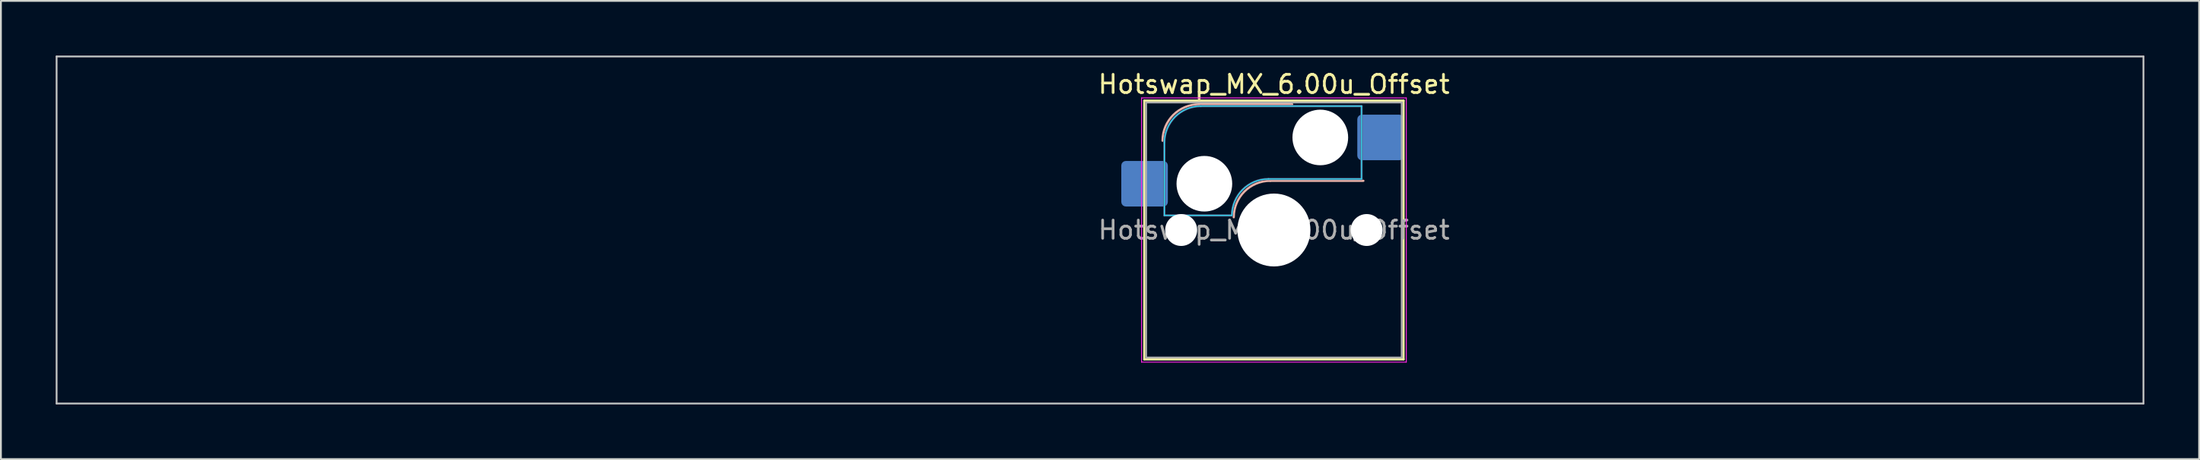
<source format=kicad_pcb>
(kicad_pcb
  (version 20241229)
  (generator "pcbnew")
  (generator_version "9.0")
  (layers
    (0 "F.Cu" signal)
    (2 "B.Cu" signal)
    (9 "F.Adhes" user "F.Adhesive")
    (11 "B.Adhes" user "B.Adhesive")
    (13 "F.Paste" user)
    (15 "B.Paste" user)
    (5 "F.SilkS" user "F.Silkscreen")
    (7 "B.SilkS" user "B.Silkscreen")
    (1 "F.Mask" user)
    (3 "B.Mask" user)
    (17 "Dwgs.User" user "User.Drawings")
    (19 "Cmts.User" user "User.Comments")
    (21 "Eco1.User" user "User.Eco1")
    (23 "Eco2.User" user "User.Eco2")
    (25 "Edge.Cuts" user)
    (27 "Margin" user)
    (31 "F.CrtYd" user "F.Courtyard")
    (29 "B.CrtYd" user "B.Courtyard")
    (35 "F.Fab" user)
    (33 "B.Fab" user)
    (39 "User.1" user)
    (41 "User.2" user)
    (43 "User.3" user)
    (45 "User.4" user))
  (footprint "Hotswap_MX_6.00u_Offset"
    (layer "F.Cu")
    (at 66.725 9.575)
    (property "Reference" "Hotswap_MX_6.00u_Offset" (at 0 -8 0) (layer "F.SilkS") (effects (font (size 1 1) (thickness 0.15))))
    (attr smd)
    (fp_line (start -7.1 -7.1) (end -7.1 7.1) (stroke (width 0.12) (type solid)) (layer "F.SilkS"))
    (fp_line (start -7.1 7.1) (end 7.1 7.1) (stroke (width 0.12) (type solid)) (layer "F.SilkS"))
    (fp_line (start 7.1 -7.1) (end -7.1 -7.1) (stroke (width 0.12) (type solid)) (layer "F.SilkS"))
    (fp_line (start 7.1 7.1) (end 7.1 -7.1) (stroke (width 0.12) (type solid)) (layer "F.SilkS"))
    (fp_line (start -4.1 -6.9) (end 1 -6.9) (stroke (width 0.12) (type solid)) (layer "B.SilkS"))
    (fp_line (start -0.2 -2.7) (end 4.9 -2.7) (stroke (width 0.12) (type solid)) (layer "B.SilkS"))
    (fp_arc (start -6.1 -4.9) (mid -5.514214 -6.314214) (end -4.1 -6.9) (stroke (width 0.12) (type solid)) (layer "B.SilkS"))
    (fp_arc (start -2.2 -0.7) (mid -1.614214 -2.114214) (end -0.2 -2.7) (stroke (width 0.12) (type solid)) (layer "B.SilkS"))
    (fp_line (start -66.675 -9.525) (end -66.675 9.525) (stroke (width 0.1) (type solid)) (layer "Dwgs.User"))
    (fp_line (start -66.675 9.525) (end 47.625 9.525) (stroke (width 0.1) (type solid)) (layer "Dwgs.User"))
    (fp_line (start 47.625 -9.525) (end -66.675 -9.525) (stroke (width 0.1) (type solid)) (layer "Dwgs.User"))
    (fp_line (start 47.625 9.525) (end 47.625 -9.525) (stroke (width 0.1) (type solid)) (layer "Dwgs.User"))
    (fp_line (start -7.8 -6) (end -7 -6) (stroke (width 0.1) (type solid)) (layer "Eco1.User"))
    (fp_line (start -7.8 -2.9) (end -7.8 -6) (stroke (width 0.1) (type solid)) (layer "Eco1.User"))
    (fp_line (start -7.8 2.9) (end -7 2.9) (stroke (width 0.1) (type solid)) (layer "Eco1.User"))
    (fp_line (start -7.8 6) (end -7.8 2.9) (stroke (width 0.1) (type solid)) (layer "Eco1.User"))
    (fp_line (start -7 -7) (end 7 -7) (stroke (width 0.1) (type solid)) (layer "Eco1.User"))
    (fp_line (start -7 -6) (end -7 -7) (stroke (width 0.1) (type solid)) (layer "Eco1.User"))
    (fp_line (start -7 -2.9) (end -7.8 -2.9) (stroke (width 0.1) (type solid)) (layer "Eco1.User"))
    (fp_line (start -7 2.9) (end -7 -2.9) (stroke (width 0.1) (type solid)) (layer "Eco1.User"))
    (fp_line (start -7 6) (end -7.8 6) (stroke (width 0.1) (type solid)) (layer "Eco1.User"))
    (fp_line (start -7 7) (end -7 6) (stroke (width 0.1) (type solid)) (layer "Eco1.User"))
    (fp_line (start 7 -7) (end 7 -6) (stroke (width 0.1) (type solid)) (layer "Eco1.User"))
    (fp_line (start 7 -6) (end 7.8 -6) (stroke (width 0.1) (type solid)) (layer "Eco1.User"))
    (fp_line (start 7 -2.9) (end 7 2.9) (stroke (width 0.1) (type solid)) (layer "Eco1.User"))
    (fp_line (start 7 2.9) (end 7.8 2.9) (stroke (width 0.1) (type solid)) (layer "Eco1.User"))
    (fp_line (start 7 6) (end 7 7) (stroke (width 0.1) (type solid)) (layer "Eco1.User"))
    (fp_line (start 7 7) (end -7 7) (stroke (width 0.1) (type solid)) (layer "Eco1.User"))
    (fp_line (start 7.8 -6) (end 7.8 -2.9) (stroke (width 0.1) (type solid)) (layer "Eco1.User"))
    (fp_line (start 7.8 -2.9) (end 7 -2.9) (stroke (width 0.1) (type solid)) (layer "Eco1.User"))
    (fp_line (start 7.8 2.9) (end 7.8 6) (stroke (width 0.1) (type solid)) (layer "Eco1.User"))
    (fp_line (start 7.8 6) (end 7 6) (stroke (width 0.1) (type solid)) (layer "Eco1.User"))
    (fp_line (start -6 -0.8) (end -6 -4.8) (stroke (width 0.05) (type solid)) (layer "B.CrtYd"))
    (fp_line (start -6 -0.8) (end -2.3 -0.8) (stroke (width 0.05) (type solid)) (layer "B.CrtYd"))
    (fp_line (start -4 -6.8) (end 4.8 -6.8) (stroke (width 0.05) (type solid)) (layer "B.CrtYd"))
    (fp_line (start -0.3 -2.8) (end 4.8 -2.8) (stroke (width 0.05) (type solid)) (layer "B.CrtYd"))
    (fp_line (start 4.8 -6.8) (end 4.8 -2.8) (stroke (width 0.05) (type solid)) (layer "B.CrtYd"))
    (fp_arc (start -6 -4.8) (mid -5.414214 -6.214214) (end -4 -6.8) (stroke (width 0.05) (type solid)) (layer "B.CrtYd"))
    (fp_arc (start -2.3 -0.8) (mid -1.714214 -2.214214) (end -0.3 -2.8) (stroke (width 0.05) (type solid)) (layer "B.CrtYd"))
    (fp_line (start -7.25 -7.25) (end -7.25 7.25) (stroke (width 0.05) (type solid)) (layer "F.CrtYd"))
    (fp_line (start -7.25 7.25) (end 7.25 7.25) (stroke (width 0.05) (type solid)) (layer "F.CrtYd"))
    (fp_line (start 7.25 -7.25) (end -7.25 -7.25) (stroke (width 0.05) (type solid)) (layer "F.CrtYd"))
    (fp_line (start 7.25 7.25) (end 7.25 -7.25) (stroke (width 0.05) (type solid)) (layer "F.CrtYd"))
    (fp_line (start -6 -0.8) (end -6 -4.8) (stroke (width 0.12) (type solid)) (layer "B.Fab"))
    (fp_line (start -6 -0.8) (end -2.3 -0.8) (stroke (width 0.12) (type solid)) (layer "B.Fab"))
    (fp_line (start -4 -6.8) (end 4.8 -6.8) (stroke (width 0.12) (type solid)) (layer "B.Fab"))
    (fp_line (start -0.3 -2.8) (end 4.8 -2.8) (stroke (width 0.12) (type solid)) (layer "B.Fab"))
    (fp_line (start 4.8 -6.8) (end 4.8 -2.8) (stroke (width 0.12) (type solid)) (layer "B.Fab"))
    (fp_arc (start -6 -4.8) (mid -5.414214 -6.214214) (end -4 -6.8) (stroke (width 0.12) (type solid)) (layer "B.Fab"))
    (fp_arc (start -2.3 -0.8) (mid -1.714214 -2.214214) (end -0.3 -2.8) (stroke (width 0.12) (type solid)) (layer "B.Fab"))
    (fp_line (start -7 -7) (end -7 7) (stroke (width 0.1) (type solid)) (layer "F.Fab"))
    (fp_line (start -7 7) (end 7 7) (stroke (width 0.1) (type solid)) (layer "F.Fab"))
    (fp_line (start 7 -7) (end -7 -7) (stroke (width 0.1) (type solid)) (layer "F.Fab"))
    (fp_line (start 7 7) (end 7 -7) (stroke (width 0.1) (type solid)) (layer "F.Fab"))
    (fp_text user "${REFERENCE}" (at 0 0 0) (layer "F.Fab") (effects (font (size 1 1) (thickness 0.15))))
    (pad "" np_thru_hole circle (at -5.08 0) (size 1.75 1.75) (drill 1.75) (layers "*.Cu" "*.Mask"))
    (pad "" np_thru_hole circle (at -3.81 -2.54) (size 3.05 3.05) (drill 3.05) (layers "*.Cu" "*.Mask"))
    (pad "" np_thru_hole circle (at 0 0) (size 4 4) (drill 4) (layers "*.Cu" "*.Mask"))
    (pad "" np_thru_hole circle (at 2.54 -5.08) (size 3.05 3.05) (drill 3.05) (layers "*.Cu" "*.Mask"))
    (pad "" np_thru_hole circle (at 5.08 0) (size 1.75 1.75) (drill 1.75) (layers "*.Cu" "*.Mask"))
    (pad "1" smd roundrect (at -7.085 -2.54) (size 2.55 2.5) (layers "B.Cu" "B.Mask" "B.Paste") (roundrect_rratio 0.1))
    (pad "2" smd roundrect (at 5.842 -5.08) (size 2.55 2.5) (layers "B.Cu" "B.Mask" "B.Paste") (roundrect_rratio 0.1)))
  (gr_rect
    (start -3 -3)
    (end 117.4 22.15)
    (stroke (width 0.1) (type default))
    (fill no)
    (layer "Edge.Cuts")))
</source>
